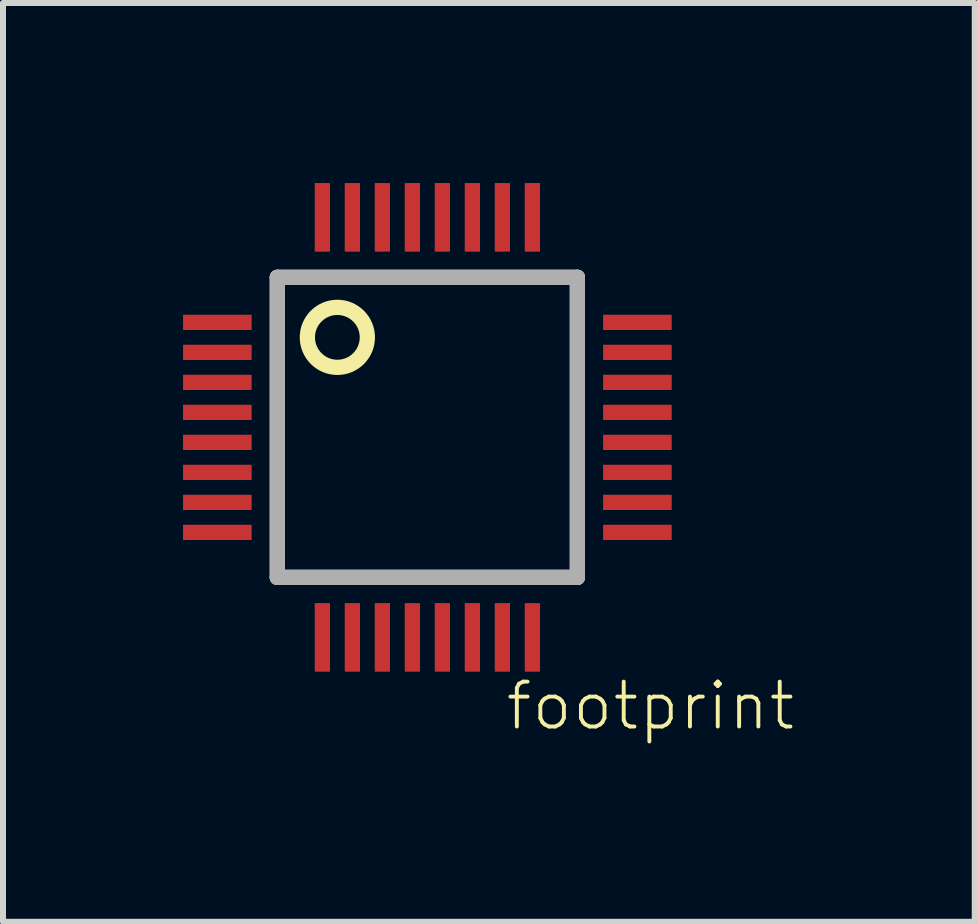
<source format=kicad_pcb>
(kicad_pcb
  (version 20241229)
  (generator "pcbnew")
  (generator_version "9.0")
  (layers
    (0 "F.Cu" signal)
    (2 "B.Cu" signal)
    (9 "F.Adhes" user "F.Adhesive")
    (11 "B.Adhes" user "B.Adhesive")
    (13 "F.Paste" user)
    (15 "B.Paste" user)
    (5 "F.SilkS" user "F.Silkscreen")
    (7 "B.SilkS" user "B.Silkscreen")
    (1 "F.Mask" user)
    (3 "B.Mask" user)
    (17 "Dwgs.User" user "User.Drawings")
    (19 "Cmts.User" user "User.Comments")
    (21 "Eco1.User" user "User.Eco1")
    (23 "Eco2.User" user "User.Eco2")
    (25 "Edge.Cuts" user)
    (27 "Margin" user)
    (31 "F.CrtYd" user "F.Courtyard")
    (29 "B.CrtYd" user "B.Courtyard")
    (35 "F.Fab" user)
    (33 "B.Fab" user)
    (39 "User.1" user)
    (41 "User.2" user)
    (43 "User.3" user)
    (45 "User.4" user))
  (footprint "footprint"
    (layer "F.Cu")
    (at 4.072 4.072)
    (property "Reference" "footprint" (at 1.27 5.08 0) (layer "F.SilkS") (effects (font (size 0.748 0.748) (thickness 0.065)) (justify left bottom)))
    (fp_line (start -2.5 -2.5) (end -2.5 2.5) (stroke (width 0.254) (type solid)) (layer "F.SilkS"))
    (fp_line (start -2.5 2.5) (end 2.5 2.5) (stroke (width 0.254) (type solid)) (layer "F.SilkS"))
    (fp_line (start 2.5 -2.5) (end -2.5 -2.5) (stroke (width 0.254) (type solid)) (layer "F.SilkS"))
    (fp_line (start 2.5 2.5) (end 2.5 -2.5) (stroke (width 0.254) (type solid)) (layer "F.SilkS"))
    (fp_circle (center -1.5 -1.5) (end -1 -1.5) (stroke (width 0.254) (type solid)) (fill no) (layer "F.SilkS"))
    (fp_line (start -2.5 -2.5) (end -2.5 2.5) (stroke (width 0.254) (type solid)) (layer "F.Fab"))
    (fp_line (start -2.5 2.5) (end 2.5 2.5) (stroke (width 0.254) (type solid)) (layer "F.Fab"))
    (fp_line (start 2.5 -2.5) (end -2.5 -2.5) (stroke (width 0.254) (type solid)) (layer "F.Fab"))
    (fp_line (start 2.5 2.5) (end 2.5 -2.5) (stroke (width 0.254) (type solid)) (layer "F.Fab"))
    (pad "1" smd rect (at -3.5 -1.75) (size 1.143 0.254) (layers "F.Cu" "F.Mask" "F.Paste"))
    (pad "2" smd rect (at -3.5 -1.25) (size 1.143 0.254) (layers "F.Cu" "F.Mask" "F.Paste"))
    (pad "3" smd rect (at -3.5 -0.75) (size 1.143 0.254) (layers "F.Cu" "F.Mask" "F.Paste"))
    (pad "4" smd rect (at -3.5 -0.25) (size 1.143 0.254) (layers "F.Cu" "F.Mask" "F.Paste"))
    (pad "5" smd rect (at -3.5 0.25) (size 1.143 0.254) (layers "F.Cu" "F.Mask" "F.Paste"))
    (pad "6" smd rect (at -3.5 0.75) (size 1.143 0.254) (layers "F.Cu" "F.Mask" "F.Paste"))
    (pad "7" smd rect (at -3.5 1.25) (size 1.143 0.254) (layers "F.Cu" "F.Mask" "F.Paste"))
    (pad "8" smd rect (at -3.5 1.75) (size 1.143 0.254) (layers "F.Cu" "F.Mask" "F.Paste"))
    (pad "9" smd rect (at -1.75 3.5 90) (size 1.143 0.254) (layers "F.Cu" "F.Mask" "F.Paste"))
    (pad "10" smd rect (at -1.25 3.5 90) (size 1.143 0.254) (layers "F.Cu" "F.Mask" "F.Paste"))
    (pad "11" smd rect (at -0.75 3.5 90) (size 1.143 0.254) (layers "F.Cu" "F.Mask" "F.Paste"))
    (pad "12" smd rect (at -0.25 3.5 90) (size 1.143 0.254) (layers "F.Cu" "F.Mask" "F.Paste"))
    (pad "13" smd rect (at 0.25 3.5 90) (size 1.143 0.254) (layers "F.Cu" "F.Mask" "F.Paste"))
    (pad "14" smd rect (at 0.75 3.5 90) (size 1.143 0.254) (layers "F.Cu" "F.Mask" "F.Paste"))
    (pad "15" smd rect (at 1.25 3.5 90) (size 1.143 0.254) (layers "F.Cu" "F.Mask" "F.Paste"))
    (pad "16" smd rect (at 1.75 3.5 90) (size 1.143 0.254) (layers "F.Cu" "F.Mask" "F.Paste"))
    (pad "17" smd rect (at 3.5 1.75 180) (size 1.143 0.254) (layers "F.Cu" "F.Mask" "F.Paste"))
    (pad "18" smd rect (at 3.5 1.25 180) (size 1.143 0.254) (layers "F.Cu" "F.Mask" "F.Paste"))
    (pad "19" smd rect (at 3.5 0.75 180) (size 1.143 0.254) (layers "F.Cu" "F.Mask" "F.Paste"))
    (pad "20" smd rect (at 3.5 0.25 180) (size 1.143 0.254) (layers "F.Cu" "F.Mask" "F.Paste"))
    (pad "21" smd rect (at 3.5 -0.25 180) (size 1.143 0.254) (layers "F.Cu" "F.Mask" "F.Paste"))
    (pad "22" smd rect (at 3.5 -0.75 180) (size 1.143 0.254) (layers "F.Cu" "F.Mask" "F.Paste"))
    (pad "23" smd rect (at 3.5 -1.25 180) (size 1.143 0.254) (layers "F.Cu" "F.Mask" "F.Paste"))
    (pad "24" smd rect (at 3.5 -1.75 180) (size 1.143 0.254) (layers "F.Cu" "F.Mask" "F.Paste"))
    (pad "25" smd rect (at 1.75 -3.5 270) (size 1.143 0.254) (layers "F.Cu" "F.Mask" "F.Paste"))
    (pad "26" smd rect (at 1.25 -3.5 270) (size 1.143 0.254) (layers "F.Cu" "F.Mask" "F.Paste"))
    (pad "27" smd rect (at 0.75 -3.5 270) (size 1.143 0.254) (layers "F.Cu" "F.Mask" "F.Paste"))
    (pad "28" smd rect (at 0.25 -3.5 270) (size 1.143 0.254) (layers "F.Cu" "F.Mask" "F.Paste"))
    (pad "29" smd rect (at -0.25 -3.5 270) (size 1.143 0.254) (layers "F.Cu" "F.Mask" "F.Paste"))
    (pad "30" smd rect (at -0.75 -3.5 270) (size 1.143 0.254) (layers "F.Cu" "F.Mask" "F.Paste"))
    (pad "31" smd rect (at -1.25 -3.5 270) (size 1.143 0.254) (layers "F.Cu" "F.Mask" "F.Paste"))
    (pad "32" smd rect (at -1.75 -3.5 270) (size 1.143 0.254) (layers "F.Cu" "F.Mask" "F.Paste")))
  (gr_rect
    (start -3 -3)
    (end 13.194 12.312)
    (stroke (width 0.1) (type default))
    (fill no)
    (layer "Edge.Cuts")))
</source>
